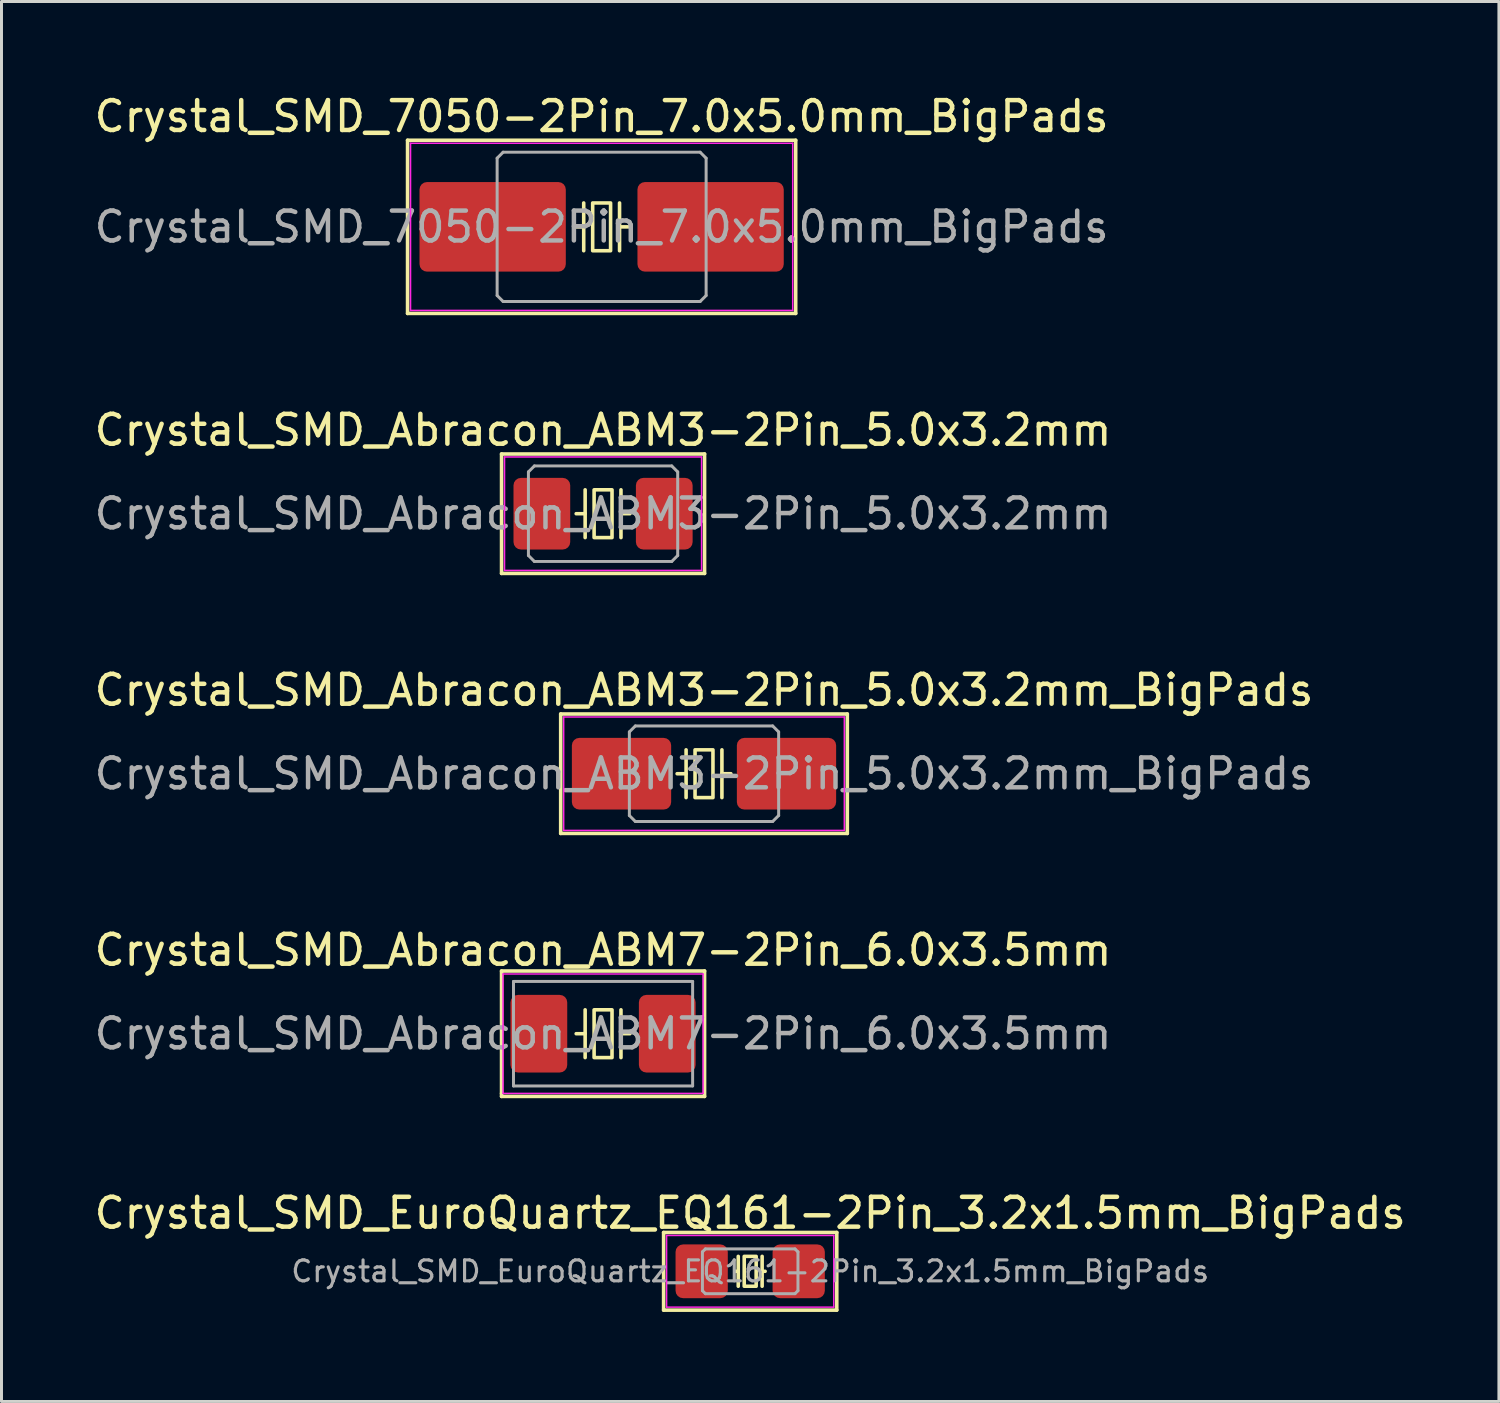
<source format=kicad_pcb>
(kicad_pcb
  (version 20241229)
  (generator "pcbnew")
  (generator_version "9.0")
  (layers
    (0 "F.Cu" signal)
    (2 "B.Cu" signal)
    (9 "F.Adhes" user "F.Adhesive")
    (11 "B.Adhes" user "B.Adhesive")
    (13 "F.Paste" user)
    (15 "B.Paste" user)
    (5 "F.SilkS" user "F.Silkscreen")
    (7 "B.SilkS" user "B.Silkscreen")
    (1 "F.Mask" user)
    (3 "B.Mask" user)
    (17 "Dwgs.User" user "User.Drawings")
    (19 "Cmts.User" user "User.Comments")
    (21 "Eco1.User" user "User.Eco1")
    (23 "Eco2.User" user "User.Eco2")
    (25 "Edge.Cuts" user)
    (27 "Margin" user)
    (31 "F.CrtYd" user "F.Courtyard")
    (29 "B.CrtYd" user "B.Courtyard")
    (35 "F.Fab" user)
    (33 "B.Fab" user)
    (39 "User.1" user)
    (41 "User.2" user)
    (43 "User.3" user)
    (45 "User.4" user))
  (footprint "Crystal_SMD_7050-2Pin_7.0x5.0mm_BigPads"
    (layer "F.Cu")
    (at 17.101 4.548)
    (property "Reference" "Crystal_SMD_7050-2Pin_7.0x5.0mm_BigPads" (at 0 -3.7 0) (layer "F.SilkS") (effects (font (size 1 1) (thickness 0.15))))
    (attr smd)
    (fp_line (start -6.5 -2.9) (end -6.5 2.9) (stroke (width 0.12) (type solid)) (layer "F.SilkS"))
    (fp_line (start -6.5 2.9) (end 6.5 2.9) (stroke (width 0.12) (type solid)) (layer "F.SilkS"))
    (fp_line (start -0.6 -0.8) (end -0.6 0.8) (stroke (width 0.12) (type solid)) (layer "F.SilkS"))
    (fp_line (start -0.6 0) (end -0.9 0) (stroke (width 0.12) (type solid)) (layer "F.SilkS"))
    (fp_line (start 0.6 -0.8) (end 0.6 0.8) (stroke (width 0.12) (type solid)) (layer "F.SilkS"))
    (fp_line (start 0.6 0) (end 0.9 0) (stroke (width 0.12) (type solid)) (layer "F.SilkS"))
    (fp_line (start 6.5 -2.9) (end -6.5 -2.9) (stroke (width 0.12) (type solid)) (layer "F.SilkS"))
    (fp_line (start 6.5 2.9) (end 6.5 -2.9) (stroke (width 0.12) (type solid)) (layer "F.SilkS"))
    (fp_rect (start -0.3 -0.8) (end 0.3 0.8) (stroke (width 0.12) (type solid)) (fill no) (layer "F.SilkS"))
    (fp_line (start -6.4 -2.8) (end -6.4 2.8) (stroke (width 0.05) (type solid)) (layer "F.CrtYd"))
    (fp_line (start -6.4 2.8) (end 6.4 2.8) (stroke (width 0.05) (type solid)) (layer "F.CrtYd"))
    (fp_line (start 6.4 -2.8) (end -6.4 -2.8) (stroke (width 0.05) (type solid)) (layer "F.CrtYd"))
    (fp_line (start 6.4 2.8) (end 6.4 -2.8) (stroke (width 0.05) (type solid)) (layer "F.CrtYd"))
    (fp_line (start -3.5 -2.3) (end -3.3 -2.5) (stroke (width 0.1) (type solid)) (layer "F.Fab"))
    (fp_line (start -3.5 2.3) (end -3.5 -2.3) (stroke (width 0.1) (type solid)) (layer "F.Fab"))
    (fp_line (start -3.3 -2.5) (end 3.3 -2.5) (stroke (width 0.1) (type solid)) (layer "F.Fab"))
    (fp_line (start -3.3 2.5) (end -3.5 2.3) (stroke (width 0.1) (type solid)) (layer "F.Fab"))
    (fp_line (start 3.3 -2.5) (end 3.5 -2.3) (stroke (width 0.1) (type solid)) (layer "F.Fab"))
    (fp_line (start 3.3 2.5) (end -3.3 2.5) (stroke (width 0.1) (type solid)) (layer "F.Fab"))
    (fp_line (start 3.5 -2.3) (end 3.5 2.3) (stroke (width 0.1) (type solid)) (layer "F.Fab"))
    (fp_line (start 3.5 2.3) (end 3.3 2.5) (stroke (width 0.1) (type solid)) (layer "F.Fab"))
    (fp_text user "${REFERENCE}" (at 0 0 0) (layer "F.Fab") (effects (font (size 1 1) (thickness 0.15))))
    (pad "1" smd roundrect (at -3.65 0) (size 4.9 3) (layers "F.Cu" "F.Mask" "F.Paste") (roundrect_rratio 0.083))
    (pad "2" smd roundrect (at 3.65 0) (size 4.9 3) (layers "F.Cu" "F.Mask" "F.Paste") (roundrect_rratio 0.083)))
  (footprint "Crystal_SMD_Abracon_ABM3-2Pin_5.0x3.2mm"
    (layer "F.Cu")
    (at 17.149 14.156)
    (property "Reference" "Crystal_SMD_Abracon_ABM3-2Pin_5.0x3.2mm" (at 0 -2.8 0) (layer "F.SilkS") (effects (font (size 1 1) (thickness 0.15))))
    (attr smd)
    (fp_line (start -3.4 -2) (end -3.4 2) (stroke (width 0.12) (type solid)) (layer "F.SilkS"))
    (fp_line (start -3.4 2) (end 3.4 2) (stroke (width 0.12) (type solid)) (layer "F.SilkS"))
    (fp_line (start -0.6 -0.8) (end -0.6 0.8) (stroke (width 0.12) (type solid)) (layer "F.SilkS"))
    (fp_line (start -0.6 0) (end -0.9 0) (stroke (width 0.12) (type solid)) (layer "F.SilkS"))
    (fp_line (start 0.6 -0.8) (end 0.6 0.8) (stroke (width 0.12) (type solid)) (layer "F.SilkS"))
    (fp_line (start 0.6 0) (end 0.9 0) (stroke (width 0.12) (type solid)) (layer "F.SilkS"))
    (fp_line (start 3.4 -2) (end -3.4 -2) (stroke (width 0.12) (type solid)) (layer "F.SilkS"))
    (fp_line (start 3.4 2) (end 3.4 -2) (stroke (width 0.12) (type solid)) (layer "F.SilkS"))
    (fp_rect (start -0.3 -0.8) (end 0.3 0.8) (stroke (width 0.12) (type solid)) (fill no) (layer "F.SilkS"))
    (fp_line (start -3.3 -1.9) (end -3.3 1.9) (stroke (width 0.05) (type solid)) (layer "F.CrtYd"))
    (fp_line (start -3.3 1.9) (end 3.3 1.9) (stroke (width 0.05) (type solid)) (layer "F.CrtYd"))
    (fp_line (start 3.3 -1.9) (end -3.3 -1.9) (stroke (width 0.05) (type solid)) (layer "F.CrtYd"))
    (fp_line (start 3.3 1.9) (end 3.3 -1.9) (stroke (width 0.05) (type solid)) (layer "F.CrtYd"))
    (fp_line (start -2.5 -1.4) (end -2.3 -1.6) (stroke (width 0.1) (type solid)) (layer "F.Fab"))
    (fp_line (start -2.5 1.4) (end -2.5 -1.4) (stroke (width 0.1) (type solid)) (layer "F.Fab"))
    (fp_line (start -2.3 -1.6) (end 2.3 -1.6) (stroke (width 0.1) (type solid)) (layer "F.Fab"))
    (fp_line (start -2.3 1.6) (end -2.5 1.4) (stroke (width 0.1) (type solid)) (layer "F.Fab"))
    (fp_line (start 2.3 -1.6) (end 2.5 -1.4) (stroke (width 0.1) (type solid)) (layer "F.Fab"))
    (fp_line (start 2.3 1.6) (end -2.3 1.6) (stroke (width 0.1) (type solid)) (layer "F.Fab"))
    (fp_line (start 2.5 -1.4) (end 2.5 1.4) (stroke (width 0.1) (type solid)) (layer "F.Fab"))
    (fp_line (start 2.5 1.4) (end 2.3 1.6) (stroke (width 0.1) (type solid)) (layer "F.Fab"))
    (fp_text user "${REFERENCE}" (at 0 0 0) (layer "F.Fab") (effects (font (size 1 1) (thickness 0.15))))
    (pad "1" smd roundrect (at -2.05 0) (size 1.9 2.4) (layers "F.Cu" "F.Mask" "F.Paste") (roundrect_rratio 0.132))
    (pad "2" smd roundrect (at 2.05 0) (size 1.9 2.4) (layers "F.Cu" "F.Mask" "F.Paste") (roundrect_rratio 0.132)))
  (footprint "Crystal_SMD_Abracon_ABM7-2Pin_6.0x3.5mm"
    (layer "F.Cu")
    (at 17.149 31.573)
    (property "Reference" "Crystal_SMD_Abracon_ABM7-2Pin_6.0x3.5mm" (at 0 -2.8 0) (layer "F.SilkS") (effects (font (size 1 1) (thickness 0.15))))
    (attr smd)
    (fp_line (start -3.4 -2.1) (end -3.4 2) (stroke (width 0.12) (type solid)) (layer "F.SilkS"))
    (fp_line (start -3.4 2) (end -3.4 2.1) (stroke (width 0.12) (type solid)) (layer "F.SilkS"))
    (fp_line (start -3.4 2.1) (end 3.4 2.1) (stroke (width 0.12) (type solid)) (layer "F.SilkS"))
    (fp_line (start -0.6 -0.8) (end -0.6 0.8) (stroke (width 0.12) (type solid)) (layer "F.SilkS"))
    (fp_line (start -0.6 0) (end -0.9 0) (stroke (width 0.12) (type solid)) (layer "F.SilkS"))
    (fp_line (start 0.6 -0.8) (end 0.6 0.8) (stroke (width 0.12) (type solid)) (layer "F.SilkS"))
    (fp_line (start 0.6 0) (end 0.9 0) (stroke (width 0.12) (type solid)) (layer "F.SilkS"))
    (fp_line (start 3.4 -2.1) (end -3.4 -2.1) (stroke (width 0.12) (type solid)) (layer "F.SilkS"))
    (fp_line (start 3.4 2.1) (end 3.4 -2.1) (stroke (width 0.12) (type solid)) (layer "F.SilkS"))
    (fp_rect (start -0.3 -0.8) (end 0.3 0.8) (stroke (width 0.12) (type solid)) (fill no) (layer "F.SilkS"))
    (fp_line (start -3.35 -2) (end -3.35 2) (stroke (width 0.05) (type solid)) (layer "F.CrtYd"))
    (fp_line (start -3.35 -2) (end 3.35 -2) (stroke (width 0.05) (type solid)) (layer "F.CrtYd"))
    (fp_line (start 3.35 2) (end -3.35 2) (stroke (width 0.05) (type solid)) (layer "F.CrtYd"))
    (fp_line (start 3.35 2) (end 3.35 -2) (stroke (width 0.05) (type solid)) (layer "F.CrtYd"))
    (fp_line (start -3 -1.75) (end -3 1.75) (stroke (width 0.1) (type solid)) (layer "F.Fab"))
    (fp_line (start -3 -1.75) (end 3 -1.75) (stroke (width 0.1) (type solid)) (layer "F.Fab"))
    (fp_line (start -3 1.75) (end 3 1.75) (stroke (width 0.1) (type solid)) (layer "F.Fab"))
    (fp_line (start 3 -1.75) (end 3 1.75) (stroke (width 0.1) (type solid)) (layer "F.Fab"))
    (fp_text user "${REFERENCE}" (at 0 0 0) (layer "F.Fab") (effects (font (size 1 1) (thickness 0.15))))
    (pad "1" smd roundrect (at -2.15 0) (size 1.9 2.6) (layers "F.Cu" "F.Mask" "F.Paste") (roundrect_rratio 0.132))
    (pad "2" smd roundrect (at 2.15 0) (size 1.9 2.6) (layers "F.Cu" "F.Mask" "F.Paste") (roundrect_rratio 0.132)))
  (footprint "Crystal_SMD_EuroQuartz_EQ161-2Pin_3.2x1.5mm_BigPads"
    (layer "F.Cu")
    (at 22.077 39.531)
    (property "Reference" "Crystal_SMD_EuroQuartz_EQ161-2Pin_3.2x1.5mm_BigPads" (at 0 -1.95 0) (layer "F.SilkS") (effects (font (size 1 1) (thickness 0.15))))
    (attr smd)
    (fp_line (start -2.9 -1.3) (end -2.9 1.3) (stroke (width 0.12) (type solid)) (layer "F.SilkS"))
    (fp_line (start -2.9 1.3) (end 2.9 1.3) (stroke (width 0.12) (type solid)) (layer "F.SilkS"))
    (fp_line (start -0.4 -0.5) (end -0.4 0.5) (stroke (width 0.12) (type solid)) (layer "F.SilkS"))
    (fp_line (start -0.4 0) (end -0.5 0) (stroke (width 0.12) (type solid)) (layer "F.SilkS"))
    (fp_line (start 0.4 -0.5) (end 0.4 0.5) (stroke (width 0.12) (type solid)) (layer "F.SilkS"))
    (fp_line (start 0.4 0) (end 0.5 0) (stroke (width 0.12) (type solid)) (layer "F.SilkS"))
    (fp_line (start 2.9 -1.3) (end -2.9 -1.3) (stroke (width 0.12) (type solid)) (layer "F.SilkS"))
    (fp_line (start 2.9 1.3) (end 2.9 -1.3) (stroke (width 0.12) (type solid)) (layer "F.SilkS"))
    (fp_rect (start -0.2 -0.5) (end 0.2 0.5) (stroke (width 0.12) (type solid)) (fill no) (layer "F.SilkS"))
    (fp_line (start -2.8 -1.2) (end -2.8 1.2) (stroke (width 0.05) (type solid)) (layer "F.CrtYd"))
    (fp_line (start -2.8 1.2) (end 2.8 1.2) (stroke (width 0.05) (type solid)) (layer "F.CrtYd"))
    (fp_line (start 2.8 -1.2) (end -2.8 -1.2) (stroke (width 0.05) (type solid)) (layer "F.CrtYd"))
    (fp_line (start 2.8 1.2) (end 2.8 -1.2) (stroke (width 0.05) (type solid)) (layer "F.CrtYd"))
    (fp_line (start -1.6 -0.65) (end -1.5 -0.75) (stroke (width 0.1) (type solid)) (layer "F.Fab"))
    (fp_line (start -1.6 0.65) (end -1.6 -0.65) (stroke (width 0.1) (type solid)) (layer "F.Fab"))
    (fp_line (start -1.5 -0.75) (end 1.5 -0.75) (stroke (width 0.1) (type solid)) (layer "F.Fab"))
    (fp_line (start -1.5 0.75) (end -1.6 0.65) (stroke (width 0.1) (type solid)) (layer "F.Fab"))
    (fp_line (start 1.5 -0.75) (end 1.6 -0.65) (stroke (width 0.1) (type solid)) (layer "F.Fab"))
    (fp_line (start 1.5 0.75) (end -1.5 0.75) (stroke (width 0.1) (type solid)) (layer "F.Fab"))
    (fp_line (start 1.6 -0.65) (end 1.6 0.65) (stroke (width 0.1) (type solid)) (layer "F.Fab"))
    (fp_line (start 1.6 0.65) (end 1.5 0.75) (stroke (width 0.1) (type solid)) (layer "F.Fab"))
    (fp_text user "${REFERENCE}" (at 0 0 0) (layer "F.Fab") (effects (font (size 0.7 0.7) (thickness 0.105))))
    (pad "1" smd roundrect (at -1.625 0) (size 1.75 1.8) (layers "F.Cu" "F.Mask" "F.Paste") (roundrect_rratio 0.143))
    (pad "2" smd roundrect (at 1.625 0) (size 1.75 1.8) (layers "F.Cu" "F.Mask" "F.Paste") (roundrect_rratio 0.143)))
  (footprint "Crystal_SMD_Abracon_ABM3-2Pin_5.0x3.2mm_BigPads"
    (layer "F.Cu")
    (at 20.53 22.865)
    (property "Reference" "Crystal_SMD_Abracon_ABM3-2Pin_5.0x3.2mm_BigPads" (at 0 -2.8 0) (layer "F.SilkS") (effects (font (size 1 1) (thickness 0.15))))
    (attr smd)
    (fp_line (start -4.8 -2) (end -4.8 2) (stroke (width 0.12) (type solid)) (layer "F.SilkS"))
    (fp_line (start -4.8 2) (end 4.8 2) (stroke (width 0.12) (type solid)) (layer "F.SilkS"))
    (fp_line (start -0.6 -0.8) (end -0.6 0.8) (stroke (width 0.12) (type solid)) (layer "F.SilkS"))
    (fp_line (start -0.6 0) (end -0.9 0) (stroke (width 0.12) (type solid)) (layer "F.SilkS"))
    (fp_line (start 0.6 -0.8) (end 0.6 0.8) (stroke (width 0.12) (type solid)) (layer "F.SilkS"))
    (fp_line (start 0.6 0) (end 0.9 0) (stroke (width 0.12) (type solid)) (layer "F.SilkS"))
    (fp_line (start 4.8 -2) (end -4.8 -2) (stroke (width 0.12) (type solid)) (layer "F.SilkS"))
    (fp_line (start 4.8 2) (end 4.8 -2) (stroke (width 0.12) (type solid)) (layer "F.SilkS"))
    (fp_rect (start -0.3 -0.8) (end 0.3 0.8) (stroke (width 0.12) (type solid)) (fill no) (layer "F.SilkS"))
    (fp_line (start -4.7 -1.9) (end -4.7 1.9) (stroke (width 0.05) (type solid)) (layer "F.CrtYd"))
    (fp_line (start -4.7 1.9) (end 4.7 1.9) (stroke (width 0.05) (type solid)) (layer "F.CrtYd"))
    (fp_line (start 4.7 -1.9) (end -4.7 -1.9) (stroke (width 0.05) (type solid)) (layer "F.CrtYd"))
    (fp_line (start 4.7 1.9) (end 4.7 -1.9) (stroke (width 0.05) (type solid)) (layer "F.CrtYd"))
    (fp_line (start -2.5 -1.4) (end -2.3 -1.6) (stroke (width 0.1) (type solid)) (layer "F.Fab"))
    (fp_line (start -2.5 1.4) (end -2.5 -1.4) (stroke (width 0.1) (type solid)) (layer "F.Fab"))
    (fp_line (start -2.3 -1.6) (end 2.3 -1.6) (stroke (width 0.1) (type solid)) (layer "F.Fab"))
    (fp_line (start -2.3 1.6) (end -2.5 1.4) (stroke (width 0.1) (type solid)) (layer "F.Fab"))
    (fp_line (start 2.3 -1.6) (end 2.5 -1.4) (stroke (width 0.1) (type solid)) (layer "F.Fab"))
    (fp_line (start 2.3 1.6) (end -2.3 1.6) (stroke (width 0.1) (type solid)) (layer "F.Fab"))
    (fp_line (start 2.5 -1.4) (end 2.5 1.4) (stroke (width 0.1) (type solid)) (layer "F.Fab"))
    (fp_line (start 2.5 1.4) (end 2.3 1.6) (stroke (width 0.1) (type solid)) (layer "F.Fab"))
    (fp_text user "${REFERENCE}" (at 0 0 0) (layer "F.Fab") (effects (font (size 1 1) (thickness 0.15))))
    (pad "1" smd roundrect (at -2.763 0) (size 3.325 2.4) (layers "F.Cu" "F.Mask" "F.Paste") (roundrect_rratio 0.104))
    (pad "2" smd roundrect (at 2.763 0) (size 3.325 2.4) (layers "F.Cu" "F.Mask" "F.Paste") (roundrect_rratio 0.104)))
  (gr_rect
    (start -3 -3)
    (end 47.155 43.891)
    (stroke (width 0.1) (type default))
    (fill no)
    (layer "Edge.Cuts")))
</source>
